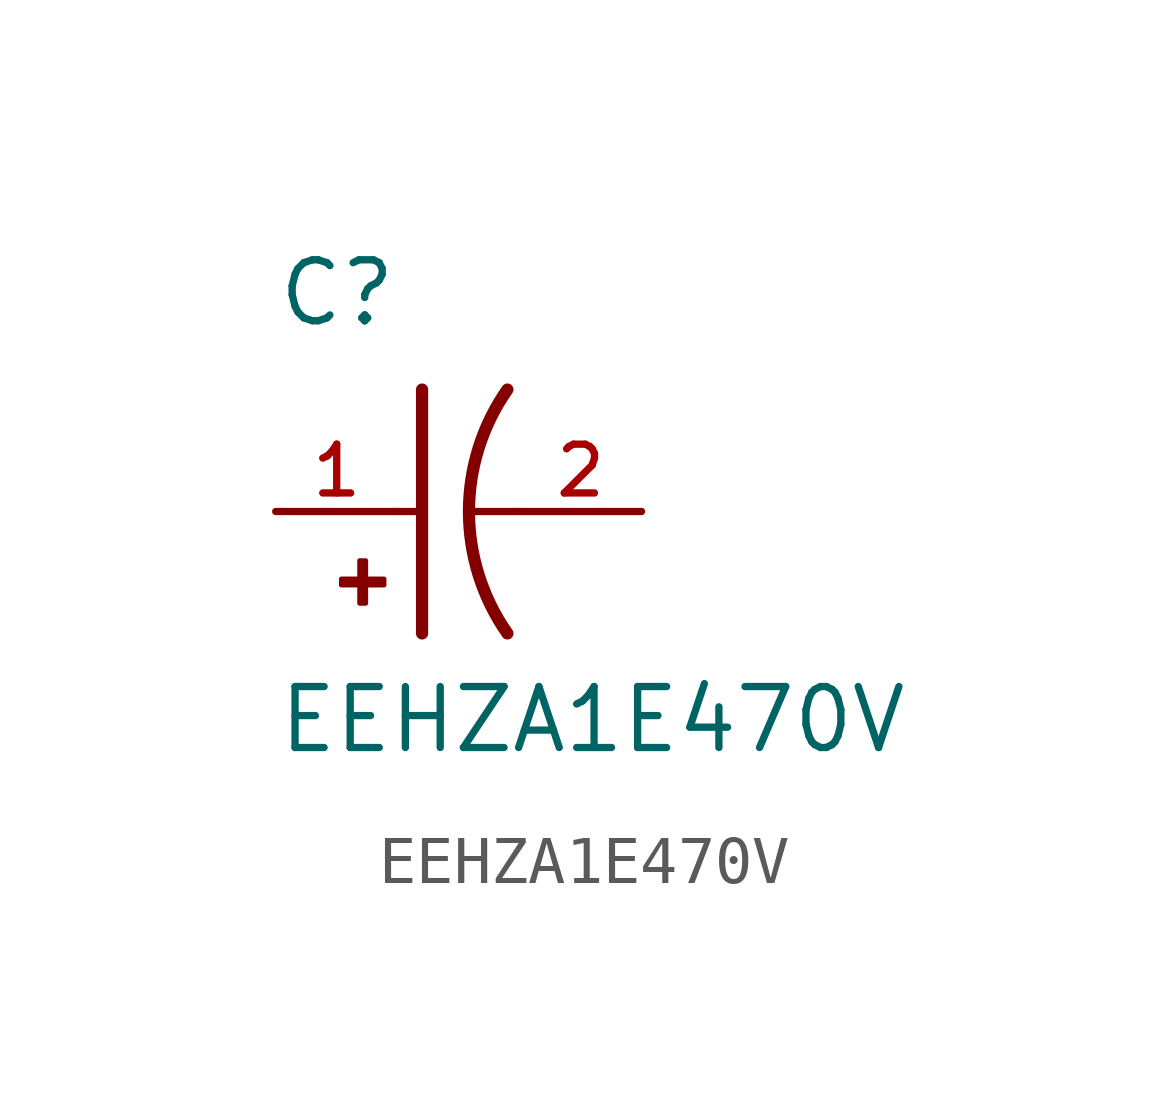
<source format=kicad_sym>
(kicad_symbol_lib
  (version 20211014)
  (generator kicad_symbol_editor)
  (symbol "EEHZA1E470V"
    (pin_names
      (offset 1.016))
    (property "Reference" "C"
      (at -2.54 3.81 0)
      (effects (font (size 1.27 1.27)) (justify bottom left)))
    (property "Value" "EEHZA1E470V"
      (at -2.54 -5.08 0)
      (effects (font (size 1.27 1.27)) (justify bottom left)))
    (symbol "EEHZA1E470V_0_0"
      (arc (start 2.286 -2.54) (mid 1.4851 -0.0) (end 2.286 2.54) (stroke (width 0.254) (type default) (color 0 0 0 0)) (fill (type none)))
      (polyline (pts (xy 0.508 2.54) (xy 0.508 0.0)) (stroke (width 0.254)))
      (rectangle (start -1.173 -1.532) (end -0.284 -1.405) (stroke (width 0.1)) (fill (type outline)))
      (rectangle (start -0.792 -1.913) (end -0.665 -1.024) (stroke (width 0.1)) (fill (type outline)))
      (polyline (pts (xy 0.508 0.0) (xy 0.508 -2.54)) (stroke (width 0.254)))
      (polyline (pts (xy 0.0 0.0) (xy 0.508 0.0)) (stroke (width 0.152)))
      (polyline (pts (xy 2.54 0.0) (xy 1.524 0.0)) (stroke (width 0.152)))
      (pin passive line (at -2.54 0.0 0) (length 2.54) (name "~" (effects (font (size 1.016 1.016)))) (number "1" (effects (font (size 1.016 1.016)))))
      (pin passive line (at 5.08 0.0 180.0) (length 2.54) (name "~" (effects (font (size 1.016 1.016)))) (number "2" (effects (font (size 1.016 1.016))))))))
</source>
